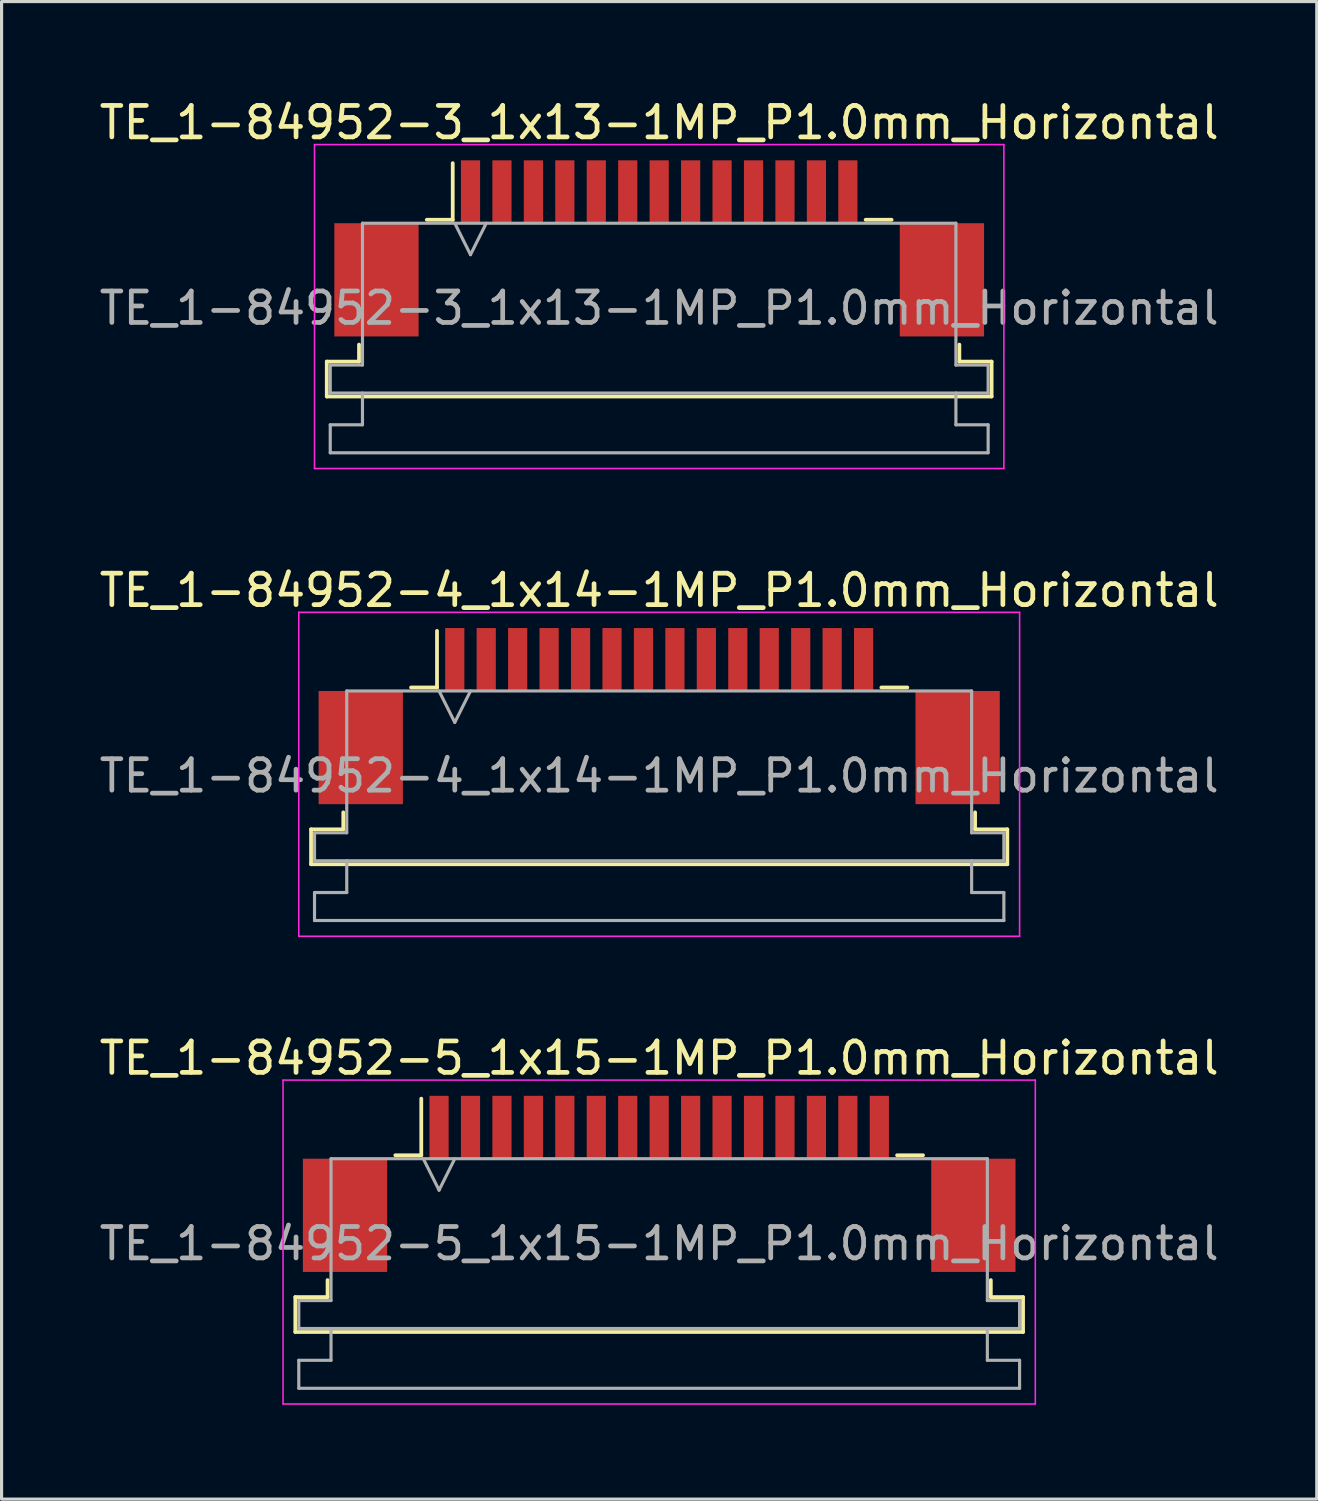
<source format=kicad_pcb>
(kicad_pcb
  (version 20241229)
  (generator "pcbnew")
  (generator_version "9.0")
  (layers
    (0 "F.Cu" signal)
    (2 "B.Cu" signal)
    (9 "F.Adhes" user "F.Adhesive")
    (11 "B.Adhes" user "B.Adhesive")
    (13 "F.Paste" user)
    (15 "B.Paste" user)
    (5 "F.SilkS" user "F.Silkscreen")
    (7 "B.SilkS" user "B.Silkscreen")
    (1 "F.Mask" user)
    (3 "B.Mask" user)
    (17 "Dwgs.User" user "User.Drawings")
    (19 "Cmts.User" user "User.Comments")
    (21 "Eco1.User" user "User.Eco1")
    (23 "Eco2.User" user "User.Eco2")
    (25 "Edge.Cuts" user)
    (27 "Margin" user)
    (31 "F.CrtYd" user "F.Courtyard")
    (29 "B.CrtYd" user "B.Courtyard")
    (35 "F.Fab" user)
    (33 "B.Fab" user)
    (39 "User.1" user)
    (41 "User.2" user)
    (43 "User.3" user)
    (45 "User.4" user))
  (footprint "TE_1-84952-4_1x14-1MP_P1.0mm_Horizontal"
    (layer "F.Cu")
    (at 17.911 19.721)
    (property "Reference" "TE_1-84952-4_1x14-1MP_P1.0mm_Horizontal" (at 0 -4 0) (layer "F.SilkS") (effects (font (size 1 1) (thickness 0.15))))
    (attr smd)
    (fp_line (start -11.07 3.6) (end -10.045 3.6) (stroke (width 0.12) (type solid)) (layer "F.SilkS"))
    (fp_line (start -11.07 4.71) (end -11.07 3.6) (stroke (width 0.12) (type solid)) (layer "F.SilkS"))
    (fp_line (start -10.045 3.6) (end -10.045 3.06) (stroke (width 0.12) (type solid)) (layer "F.SilkS"))
    (fp_line (start -7.89 -0.91) (end -7.065 -0.91) (stroke (width 0.12) (type solid)) (layer "F.SilkS"))
    (fp_line (start -7.065 -0.91) (end -7.065 -2.71) (stroke (width 0.12) (type solid)) (layer "F.SilkS"))
    (fp_line (start 7.065 -0.91) (end 7.89 -0.91) (stroke (width 0.12) (type solid)) (layer "F.SilkS"))
    (fp_line (start 10.045 3.06) (end 10.045 3.6) (stroke (width 0.12) (type solid)) (layer "F.SilkS"))
    (fp_line (start 10.045 3.6) (end 11.07 3.6) (stroke (width 0.12) (type solid)) (layer "F.SilkS"))
    (fp_line (start 11.07 3.6) (end 11.07 4.71) (stroke (width 0.12) (type solid)) (layer "F.SilkS"))
    (fp_line (start 11.07 4.71) (end -11.07 4.71) (stroke (width 0.12) (type solid)) (layer "F.SilkS"))
    (fp_line (start -11.46 -3.3) (end -11.46 7) (stroke (width 0.05) (type solid)) (layer "F.CrtYd"))
    (fp_line (start -11.46 7) (end 11.46 7) (stroke (width 0.05) (type solid)) (layer "F.CrtYd"))
    (fp_line (start 11.46 -3.3) (end -11.46 -3.3) (stroke (width 0.05) (type solid)) (layer "F.CrtYd"))
    (fp_line (start 11.46 7) (end 11.46 -3.3) (stroke (width 0.05) (type solid)) (layer "F.CrtYd"))
    (fp_line (start -10.96 3.71) (end -9.935 3.71) (stroke (width 0.1) (type solid)) (layer "F.Fab"))
    (fp_line (start -10.96 4.6) (end -10.96 3.71) (stroke (width 0.1) (type solid)) (layer "F.Fab"))
    (fp_line (start -10.96 5.61) (end -9.935 5.61) (stroke (width 0.1) (type solid)) (layer "F.Fab"))
    (fp_line (start -10.96 6.5) (end -10.96 5.61) (stroke (width 0.1) (type solid)) (layer "F.Fab"))
    (fp_line (start -9.935 -0.8) (end 9.935 -0.8) (stroke (width 0.1) (type solid)) (layer "F.Fab"))
    (fp_line (start -9.935 3.71) (end -9.935 -0.8) (stroke (width 0.1) (type solid)) (layer "F.Fab"))
    (fp_line (start -9.935 5.61) (end -9.935 4.6) (stroke (width 0.1) (type solid)) (layer "F.Fab"))
    (fp_line (start -7 -0.8) (end -6.5 0.2) (stroke (width 0.1) (type solid)) (layer "F.Fab"))
    (fp_line (start -6.5 0.2) (end -6 -0.8) (stroke (width 0.1) (type solid)) (layer "F.Fab"))
    (fp_line (start 9.935 -0.8) (end 9.935 3.71) (stroke (width 0.1) (type solid)) (layer "F.Fab"))
    (fp_line (start 9.935 3.71) (end 10.96 3.71) (stroke (width 0.1) (type solid)) (layer "F.Fab"))
    (fp_line (start 9.935 4.6) (end 9.935 5.61) (stroke (width 0.1) (type solid)) (layer "F.Fab"))
    (fp_line (start 9.935 5.61) (end 10.96 5.61) (stroke (width 0.1) (type solid)) (layer "F.Fab"))
    (fp_line (start 10.96 3.71) (end 10.96 4.6) (stroke (width 0.1) (type solid)) (layer "F.Fab"))
    (fp_line (start 10.96 4.6) (end -10.96 4.6) (stroke (width 0.1) (type solid)) (layer "F.Fab"))
    (fp_line (start 10.96 5.61) (end 10.96 6.5) (stroke (width 0.1) (type solid)) (layer "F.Fab"))
    (fp_line (start 10.96 6.5) (end -10.96 6.5) (stroke (width 0.1) (type solid)) (layer "F.Fab"))
    (fp_text user "${REFERENCE}" (at 0 1.9 0) (layer "F.Fab") (effects (font (size 1 1) (thickness 0.15))))
    (pad "1" smd rect (at -6.5 -1.8) (size 0.61 2) (layers "F.Cu" "F.Mask" "F.Paste"))
    (pad "2" smd rect (at -5.5 -1.8) (size 0.61 2) (layers "F.Cu" "F.Mask" "F.Paste"))
    (pad "3" smd rect (at -4.5 -1.8) (size 0.61 2) (layers "F.Cu" "F.Mask" "F.Paste"))
    (pad "4" smd rect (at -3.5 -1.8) (size 0.61 2) (layers "F.Cu" "F.Mask" "F.Paste"))
    (pad "5" smd rect (at -2.5 -1.8) (size 0.61 2) (layers "F.Cu" "F.Mask" "F.Paste"))
    (pad "6" smd rect (at -1.5 -1.8) (size 0.61 2) (layers "F.Cu" "F.Mask" "F.Paste"))
    (pad "7" smd rect (at -0.5 -1.8) (size 0.61 2) (layers "F.Cu" "F.Mask" "F.Paste"))
    (pad "8" smd rect (at 0.5 -1.8) (size 0.61 2) (layers "F.Cu" "F.Mask" "F.Paste"))
    (pad "9" smd rect (at 1.5 -1.8) (size 0.61 2) (layers "F.Cu" "F.Mask" "F.Paste"))
    (pad "10" smd rect (at 2.5 -1.8) (size 0.61 2) (layers "F.Cu" "F.Mask" "F.Paste"))
    (pad "11" smd rect (at 3.5 -1.8) (size 0.61 2) (layers "F.Cu" "F.Mask" "F.Paste"))
    (pad "12" smd rect (at 4.5 -1.8) (size 0.61 2) (layers "F.Cu" "F.Mask" "F.Paste"))
    (pad "13" smd rect (at 5.5 -1.8) (size 0.61 2) (layers "F.Cu" "F.Mask" "F.Paste"))
    (pad "14" smd rect (at 6.5 -1.8) (size 0.61 2) (layers "F.Cu" "F.Mask" "F.Paste"))
    (pad "MP" smd rect (at -9.49 1) (size 2.68 3.6) (layers "F.Cu" "F.Mask" "F.Paste"))
    (pad "MP" smd rect (at 9.49 1) (size 2.68 3.6) (layers "F.Cu" "F.Mask" "F.Paste")))
  (footprint "TE_1-84952-5_1x15-1MP_P1.0mm_Horizontal"
    (layer "F.Cu")
    (at 17.911 34.595)
    (property "Reference" "TE_1-84952-5_1x15-1MP_P1.0mm_Horizontal" (at 0 -4 0) (layer "F.SilkS") (effects (font (size 1 1) (thickness 0.15))))
    (attr smd)
    (fp_line (start -11.57 3.6) (end -10.545 3.6) (stroke (width 0.12) (type solid)) (layer "F.SilkS"))
    (fp_line (start -11.57 4.71) (end -11.57 3.6) (stroke (width 0.12) (type solid)) (layer "F.SilkS"))
    (fp_line (start -10.545 3.6) (end -10.545 3.06) (stroke (width 0.12) (type solid)) (layer "F.SilkS"))
    (fp_line (start -8.39 -0.91) (end -7.565 -0.91) (stroke (width 0.12) (type solid)) (layer "F.SilkS"))
    (fp_line (start -7.565 -0.91) (end -7.565 -2.71) (stroke (width 0.12) (type solid)) (layer "F.SilkS"))
    (fp_line (start 7.565 -0.91) (end 8.39 -0.91) (stroke (width 0.12) (type solid)) (layer "F.SilkS"))
    (fp_line (start 10.545 3.06) (end 10.545 3.6) (stroke (width 0.12) (type solid)) (layer "F.SilkS"))
    (fp_line (start 10.545 3.6) (end 11.57 3.6) (stroke (width 0.12) (type solid)) (layer "F.SilkS"))
    (fp_line (start 11.57 3.6) (end 11.57 4.71) (stroke (width 0.12) (type solid)) (layer "F.SilkS"))
    (fp_line (start 11.57 4.71) (end -11.57 4.71) (stroke (width 0.12) (type solid)) (layer "F.SilkS"))
    (fp_line (start -11.96 -3.3) (end -11.96 7) (stroke (width 0.05) (type solid)) (layer "F.CrtYd"))
    (fp_line (start -11.96 7) (end 11.96 7) (stroke (width 0.05) (type solid)) (layer "F.CrtYd"))
    (fp_line (start 11.96 -3.3) (end -11.96 -3.3) (stroke (width 0.05) (type solid)) (layer "F.CrtYd"))
    (fp_line (start 11.96 7) (end 11.96 -3.3) (stroke (width 0.05) (type solid)) (layer "F.CrtYd"))
    (fp_line (start -11.46 3.71) (end -10.435 3.71) (stroke (width 0.1) (type solid)) (layer "F.Fab"))
    (fp_line (start -11.46 4.6) (end -11.46 3.71) (stroke (width 0.1) (type solid)) (layer "F.Fab"))
    (fp_line (start -11.46 5.61) (end -10.435 5.61) (stroke (width 0.1) (type solid)) (layer "F.Fab"))
    (fp_line (start -11.46 6.5) (end -11.46 5.61) (stroke (width 0.1) (type solid)) (layer "F.Fab"))
    (fp_line (start -10.435 -0.8) (end 10.435 -0.8) (stroke (width 0.1) (type solid)) (layer "F.Fab"))
    (fp_line (start -10.435 3.71) (end -10.435 -0.8) (stroke (width 0.1) (type solid)) (layer "F.Fab"))
    (fp_line (start -10.435 5.61) (end -10.435 4.6) (stroke (width 0.1) (type solid)) (layer "F.Fab"))
    (fp_line (start -7.5 -0.8) (end -7 0.2) (stroke (width 0.1) (type solid)) (layer "F.Fab"))
    (fp_line (start -7 0.2) (end -6.5 -0.8) (stroke (width 0.1) (type solid)) (layer "F.Fab"))
    (fp_line (start 10.435 -0.8) (end 10.435 3.71) (stroke (width 0.1) (type solid)) (layer "F.Fab"))
    (fp_line (start 10.435 3.71) (end 11.46 3.71) (stroke (width 0.1) (type solid)) (layer "F.Fab"))
    (fp_line (start 10.435 4.6) (end 10.435 5.61) (stroke (width 0.1) (type solid)) (layer "F.Fab"))
    (fp_line (start 10.435 5.61) (end 11.46 5.61) (stroke (width 0.1) (type solid)) (layer "F.Fab"))
    (fp_line (start 11.46 3.71) (end 11.46 4.6) (stroke (width 0.1) (type solid)) (layer "F.Fab"))
    (fp_line (start 11.46 4.6) (end -11.46 4.6) (stroke (width 0.1) (type solid)) (layer "F.Fab"))
    (fp_line (start 11.46 5.61) (end 11.46 6.5) (stroke (width 0.1) (type solid)) (layer "F.Fab"))
    (fp_line (start 11.46 6.5) (end -11.46 6.5) (stroke (width 0.1) (type solid)) (layer "F.Fab"))
    (fp_text user "${REFERENCE}" (at 0 1.9 0) (layer "F.Fab") (effects (font (size 1 1) (thickness 0.15))))
    (pad "1" smd rect (at -7 -1.8) (size 0.61 2) (layers "F.Cu" "F.Mask" "F.Paste"))
    (pad "2" smd rect (at -6 -1.8) (size 0.61 2) (layers "F.Cu" "F.Mask" "F.Paste"))
    (pad "3" smd rect (at -5 -1.8) (size 0.61 2) (layers "F.Cu" "F.Mask" "F.Paste"))
    (pad "4" smd rect (at -4 -1.8) (size 0.61 2) (layers "F.Cu" "F.Mask" "F.Paste"))
    (pad "5" smd rect (at -3 -1.8) (size 0.61 2) (layers "F.Cu" "F.Mask" "F.Paste"))
    (pad "6" smd rect (at -2 -1.8) (size 0.61 2) (layers "F.Cu" "F.Mask" "F.Paste"))
    (pad "7" smd rect (at -1 -1.8) (size 0.61 2) (layers "F.Cu" "F.Mask" "F.Paste"))
    (pad "8" smd rect (at 0 -1.8) (size 0.61 2) (layers "F.Cu" "F.Mask" "F.Paste"))
    (pad "9" smd rect (at 1 -1.8) (size 0.61 2) (layers "F.Cu" "F.Mask" "F.Paste"))
    (pad "10" smd rect (at 2 -1.8) (size 0.61 2) (layers "F.Cu" "F.Mask" "F.Paste"))
    (pad "11" smd rect (at 3 -1.8) (size 0.61 2) (layers "F.Cu" "F.Mask" "F.Paste"))
    (pad "12" smd rect (at 4 -1.8) (size 0.61 2) (layers "F.Cu" "F.Mask" "F.Paste"))
    (pad "13" smd rect (at 5 -1.8) (size 0.61 2) (layers "F.Cu" "F.Mask" "F.Paste"))
    (pad "14" smd rect (at 6 -1.8) (size 0.61 2) (layers "F.Cu" "F.Mask" "F.Paste"))
    (pad "15" smd rect (at 7 -1.8) (size 0.61 2) (layers "F.Cu" "F.Mask" "F.Paste"))
    (pad "MP" smd rect (at -9.99 1) (size 2.68 3.6) (layers "F.Cu" "F.Mask" "F.Paste"))
    (pad "MP" smd rect (at 9.99 1) (size 2.68 3.6) (layers "F.Cu" "F.Mask" "F.Paste")))
  (footprint "TE_1-84952-3_1x13-1MP_P1.0mm_Horizontal"
    (layer "F.Cu")
    (at 17.911 4.848)
    (property "Reference" "TE_1-84952-3_1x13-1MP_P1.0mm_Horizontal" (at 0 -4 0) (layer "F.SilkS") (effects (font (size 1 1) (thickness 0.15))))
    (attr smd)
    (fp_line (start -10.57 3.6) (end -9.545 3.6) (stroke (width 0.12) (type solid)) (layer "F.SilkS"))
    (fp_line (start -10.57 4.71) (end -10.57 3.6) (stroke (width 0.12) (type solid)) (layer "F.SilkS"))
    (fp_line (start -9.545 3.6) (end -9.545 3.06) (stroke (width 0.12) (type solid)) (layer "F.SilkS"))
    (fp_line (start -7.39 -0.91) (end -6.565 -0.91) (stroke (width 0.12) (type solid)) (layer "F.SilkS"))
    (fp_line (start -6.565 -0.91) (end -6.565 -2.71) (stroke (width 0.12) (type solid)) (layer "F.SilkS"))
    (fp_line (start 6.565 -0.91) (end 7.39 -0.91) (stroke (width 0.12) (type solid)) (layer "F.SilkS"))
    (fp_line (start 9.545 3.06) (end 9.545 3.6) (stroke (width 0.12) (type solid)) (layer "F.SilkS"))
    (fp_line (start 9.545 3.6) (end 10.57 3.6) (stroke (width 0.12) (type solid)) (layer "F.SilkS"))
    (fp_line (start 10.57 3.6) (end 10.57 4.71) (stroke (width 0.12) (type solid)) (layer "F.SilkS"))
    (fp_line (start 10.57 4.71) (end -10.57 4.71) (stroke (width 0.12) (type solid)) (layer "F.SilkS"))
    (fp_line (start -10.96 -3.3) (end -10.96 7) (stroke (width 0.05) (type solid)) (layer "F.CrtYd"))
    (fp_line (start -10.96 7) (end 10.96 7) (stroke (width 0.05) (type solid)) (layer "F.CrtYd"))
    (fp_line (start 10.96 -3.3) (end -10.96 -3.3) (stroke (width 0.05) (type solid)) (layer "F.CrtYd"))
    (fp_line (start 10.96 7) (end 10.96 -3.3) (stroke (width 0.05) (type solid)) (layer "F.CrtYd"))
    (fp_line (start -10.46 3.71) (end -9.435 3.71) (stroke (width 0.1) (type solid)) (layer "F.Fab"))
    (fp_line (start -10.46 4.6) (end -10.46 3.71) (stroke (width 0.1) (type solid)) (layer "F.Fab"))
    (fp_line (start -10.46 5.61) (end -9.435 5.61) (stroke (width 0.1) (type solid)) (layer "F.Fab"))
    (fp_line (start -10.46 6.5) (end -10.46 5.61) (stroke (width 0.1) (type solid)) (layer "F.Fab"))
    (fp_line (start -9.435 -0.8) (end 9.435 -0.8) (stroke (width 0.1) (type solid)) (layer "F.Fab"))
    (fp_line (start -9.435 3.71) (end -9.435 -0.8) (stroke (width 0.1) (type solid)) (layer "F.Fab"))
    (fp_line (start -9.435 5.61) (end -9.435 4.6) (stroke (width 0.1) (type solid)) (layer "F.Fab"))
    (fp_line (start -6.5 -0.8) (end -6 0.2) (stroke (width 0.1) (type solid)) (layer "F.Fab"))
    (fp_line (start -6 0.2) (end -5.5 -0.8) (stroke (width 0.1) (type solid)) (layer "F.Fab"))
    (fp_line (start 9.435 -0.8) (end 9.435 3.71) (stroke (width 0.1) (type solid)) (layer "F.Fab"))
    (fp_line (start 9.435 3.71) (end 10.46 3.71) (stroke (width 0.1) (type solid)) (layer "F.Fab"))
    (fp_line (start 9.435 4.6) (end 9.435 5.61) (stroke (width 0.1) (type solid)) (layer "F.Fab"))
    (fp_line (start 9.435 5.61) (end 10.46 5.61) (stroke (width 0.1) (type solid)) (layer "F.Fab"))
    (fp_line (start 10.46 3.71) (end 10.46 4.6) (stroke (width 0.1) (type solid)) (layer "F.Fab"))
    (fp_line (start 10.46 4.6) (end -10.46 4.6) (stroke (width 0.1) (type solid)) (layer "F.Fab"))
    (fp_line (start 10.46 5.61) (end 10.46 6.5) (stroke (width 0.1) (type solid)) (layer "F.Fab"))
    (fp_line (start 10.46 6.5) (end -10.46 6.5) (stroke (width 0.1) (type solid)) (layer "F.Fab"))
    (fp_text user "${REFERENCE}" (at 0 1.9 0) (layer "F.Fab") (effects (font (size 1 1) (thickness 0.15))))
    (pad "1" smd rect (at -6 -1.8) (size 0.61 2) (layers "F.Cu" "F.Mask" "F.Paste"))
    (pad "2" smd rect (at -5 -1.8) (size 0.61 2) (layers "F.Cu" "F.Mask" "F.Paste"))
    (pad "3" smd rect (at -4 -1.8) (size 0.61 2) (layers "F.Cu" "F.Mask" "F.Paste"))
    (pad "4" smd rect (at -3 -1.8) (size 0.61 2) (layers "F.Cu" "F.Mask" "F.Paste"))
    (pad "5" smd rect (at -2 -1.8) (size 0.61 2) (layers "F.Cu" "F.Mask" "F.Paste"))
    (pad "6" smd rect (at -1 -1.8) (size 0.61 2) (layers "F.Cu" "F.Mask" "F.Paste"))
    (pad "7" smd rect (at 0 -1.8) (size 0.61 2) (layers "F.Cu" "F.Mask" "F.Paste"))
    (pad "8" smd rect (at 1 -1.8) (size 0.61 2) (layers "F.Cu" "F.Mask" "F.Paste"))
    (pad "9" smd rect (at 2 -1.8) (size 0.61 2) (layers "F.Cu" "F.Mask" "F.Paste"))
    (pad "10" smd rect (at 3 -1.8) (size 0.61 2) (layers "F.Cu" "F.Mask" "F.Paste"))
    (pad "11" smd rect (at 4 -1.8) (size 0.61 2) (layers "F.Cu" "F.Mask" "F.Paste"))
    (pad "12" smd rect (at 5 -1.8) (size 0.61 2) (layers "F.Cu" "F.Mask" "F.Paste"))
    (pad "13" smd rect (at 6 -1.8) (size 0.61 2) (layers "F.Cu" "F.Mask" "F.Paste"))
    (pad "MP" smd rect (at -8.99 1) (size 2.68 3.6) (layers "F.Cu" "F.Mask" "F.Paste"))
    (pad "MP" smd rect (at 8.99 1) (size 2.68 3.6) (layers "F.Cu" "F.Mask" "F.Paste")))
  (gr_rect
    (start -3 -3)
    (end 38.821 44.62)
    (stroke (width 0.1) (type default))
    (fill no)
    (layer "Edge.Cuts")))
</source>
